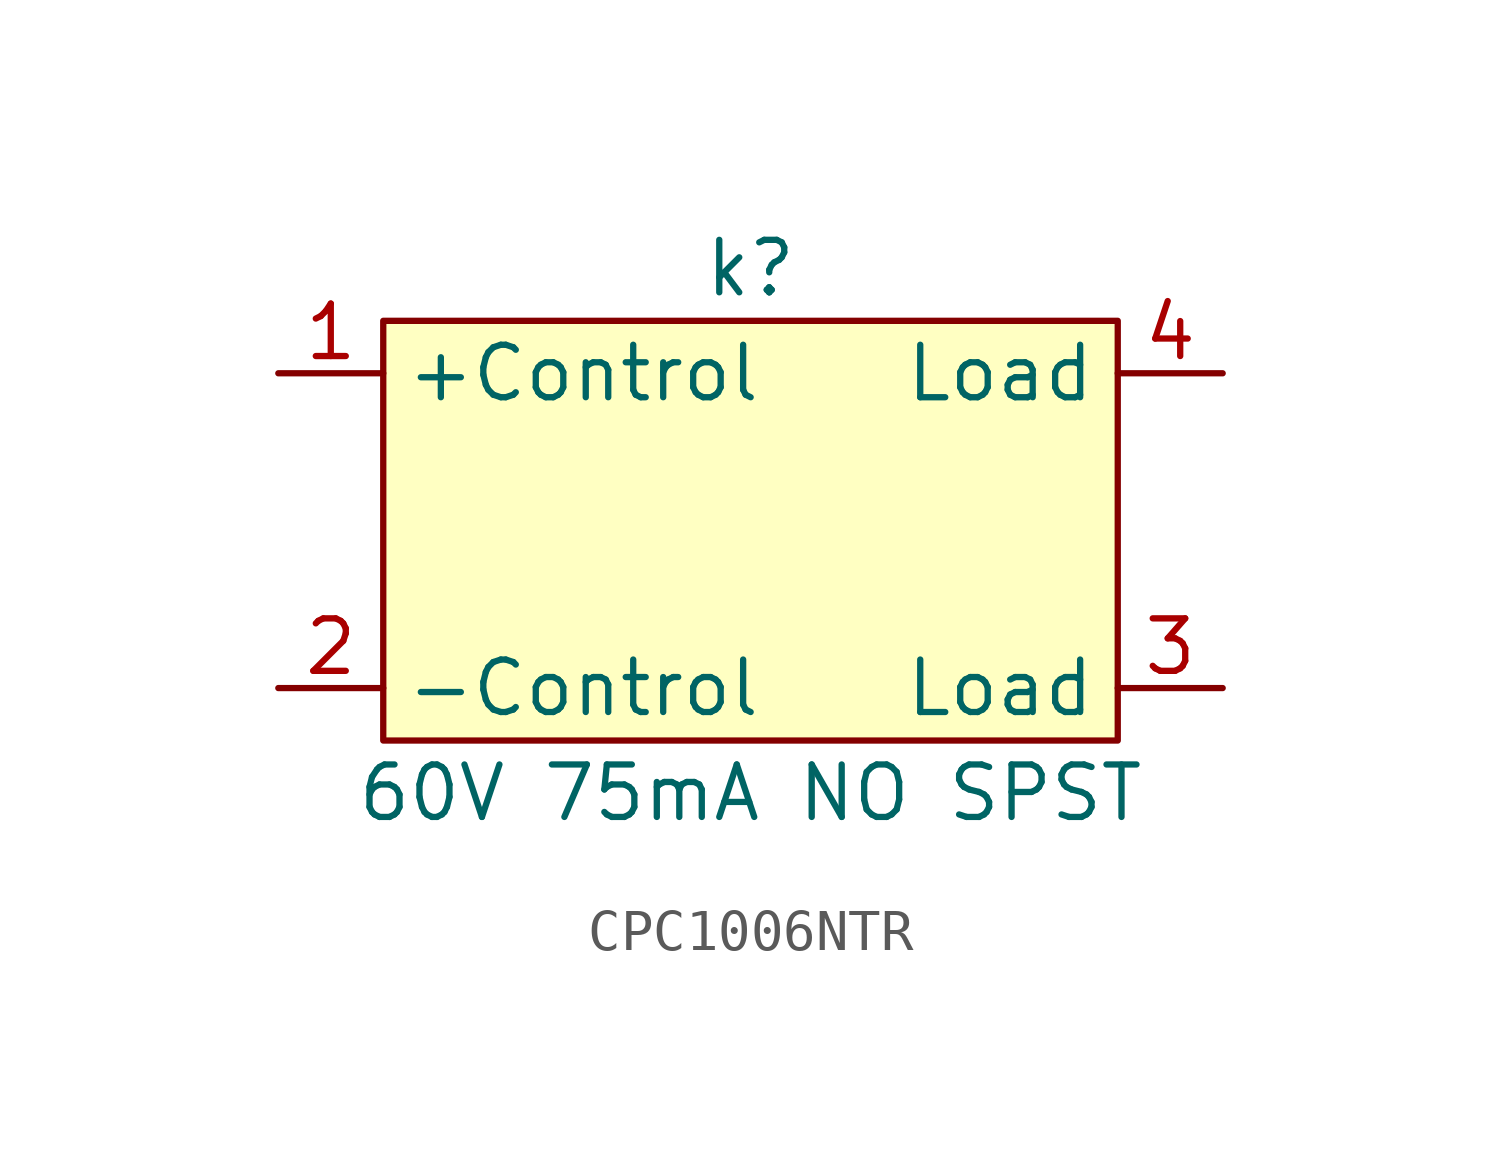
<source format=kicad_sym>
(kicad_symbol_lib
  (version 20220914)
  (generator kicad_symbol_editor)
  (symbol "CPC1006NTR"
    (property "Reference" "k"
      (at 0 10.16 0)
      (effects (font (size 1.27 1.27))))
    (property "Value" "60V 75mA NO SPST"
      (at 0 -2.54 0)
      (effects (font (size 1.27 1.27))))
    (symbol "CPC1006NTR_1_1"
      (rectangle (start -8.89 8.89) (end 8.89 -1.27) (stroke (width 0) (type default)) (fill (type background)))
      (pin input line (at -11.43 7.62 0) (length 2.54) (name "+Control" (effects (font (size 1.27 1.27)))) (number "1" (effects (font (size 1.27 1.27)))))
      (pin input line (at -11.43 0 0) (length 2.54) (name "-Control" (effects (font (size 1.27 1.27)))) (number "2" (effects (font (size 1.27 1.27)))))
      (pin bidirectional line (at 11.43 0 180) (length 2.54) (name "Load" (effects (font (size 1.27 1.27)))) (number "3" (effects (font (size 1.27 1.27)))))
      (pin bidirectional line (at 11.43 7.62 180) (length 2.54) (name "Load" (effects (font (size 1.27 1.27)))) (number "4" (effects (font (size 1.27 1.27))))))))
</source>
